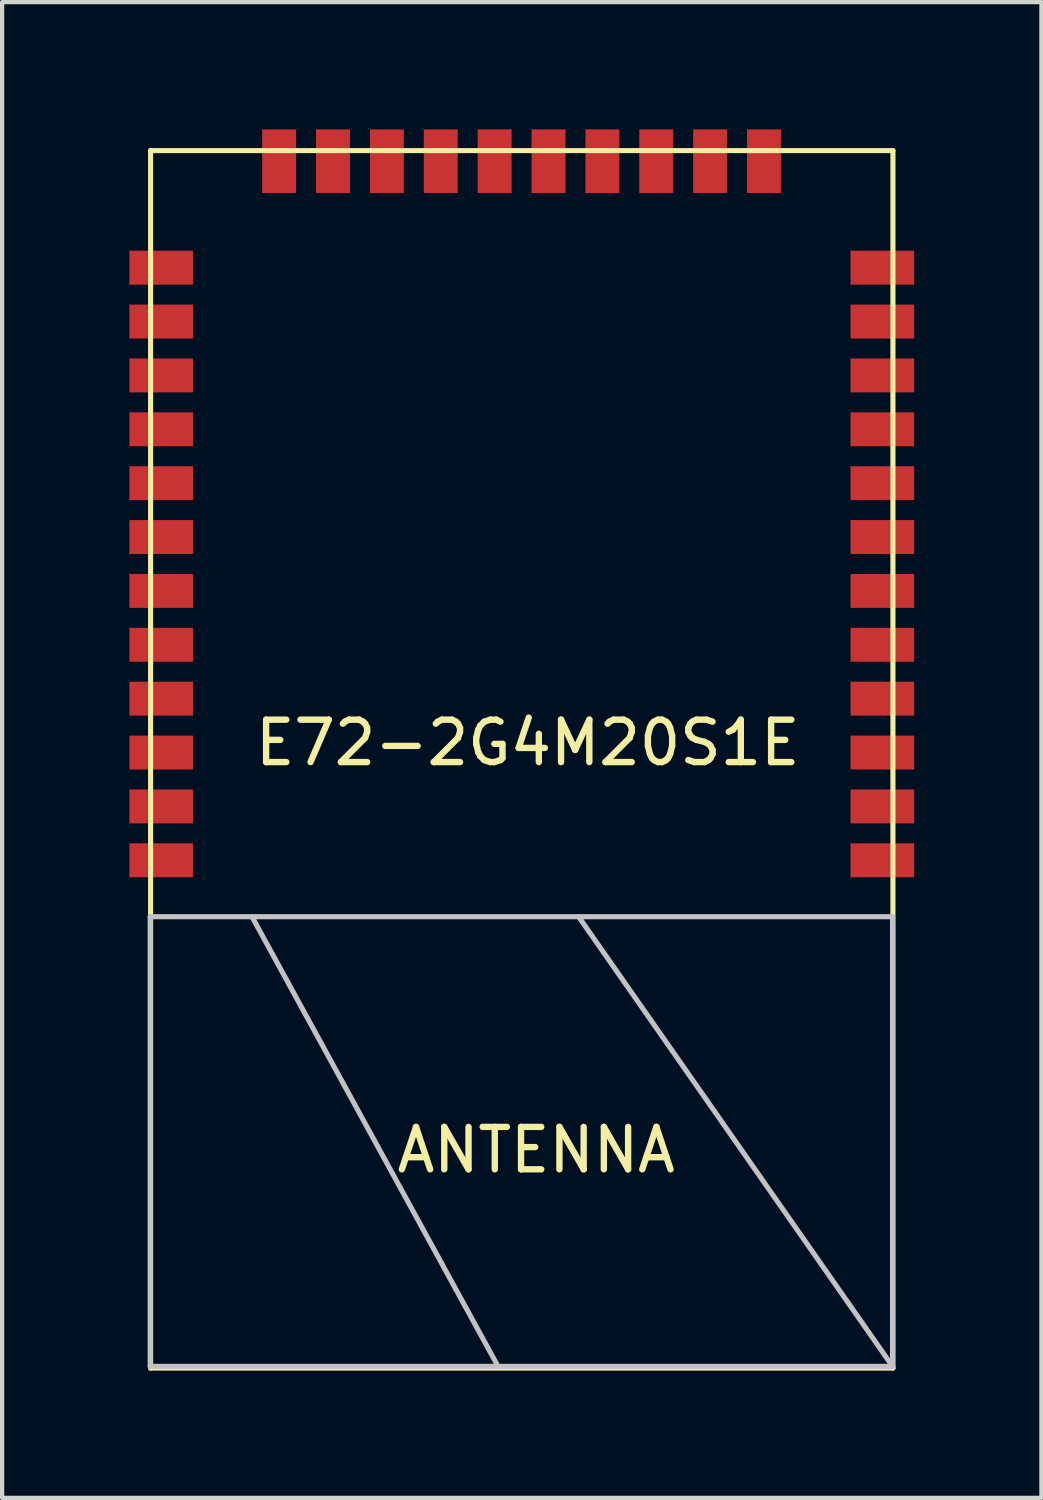
<source format=kicad_pcb>
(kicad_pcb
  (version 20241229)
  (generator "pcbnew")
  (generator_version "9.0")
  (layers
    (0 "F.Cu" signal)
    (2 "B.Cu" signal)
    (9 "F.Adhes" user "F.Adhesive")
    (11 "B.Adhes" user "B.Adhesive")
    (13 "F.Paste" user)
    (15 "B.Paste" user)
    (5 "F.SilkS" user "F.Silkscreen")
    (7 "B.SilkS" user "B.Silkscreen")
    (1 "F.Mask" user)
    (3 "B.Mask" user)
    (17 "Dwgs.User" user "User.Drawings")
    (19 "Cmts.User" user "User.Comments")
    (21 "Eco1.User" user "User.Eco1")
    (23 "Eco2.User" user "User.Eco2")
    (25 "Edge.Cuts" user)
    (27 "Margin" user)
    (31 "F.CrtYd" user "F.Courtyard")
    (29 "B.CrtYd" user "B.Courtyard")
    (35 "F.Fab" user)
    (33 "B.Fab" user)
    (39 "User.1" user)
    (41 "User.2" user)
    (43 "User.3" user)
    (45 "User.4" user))
  (footprint "E72-2G4M20S1E"
    (layer "F.Cu")
    (at 9.39 13.96)
    (property "Reference" "E72-2G4M20S1E" (at 0 0.5 0) (layer "F.SilkS") (effects (font (size 1 1) (thickness 0.15))))
    (attr through_hole)
    (fp_line (start -8.89 -13.46) (end 8.61 -13.46) (stroke (width 0.12) (type solid)) (layer "F.SilkS"))
    (fp_line (start -8.89 15.24) (end -8.89 -13.46) (stroke (width 0.12) (type solid)) (layer "F.SilkS"))
    (fp_line (start -8.89 15.24) (end 8.61 15.24) (stroke (width 0.12) (type solid)) (layer "F.SilkS"))
    (fp_line (start 8.61 15.24) (end 8.61 -13.46) (stroke (width 0.12) (type solid)) (layer "F.SilkS"))
    (fp_line (start -8.9 4.6) (end 8.6 4.6) (stroke (width 0.12) (type solid)) (layer "Dwgs.User"))
    (fp_line (start -8.9 15.2) (end -8.9 4.6) (stroke (width 0.12) (type solid)) (layer "Dwgs.User"))
    (fp_line (start -0.7 15.2) (end -6.5 4.6) (stroke (width 0.12) (type solid)) (layer "Dwgs.User"))
    (fp_line (start 8.6 4.6) (end 8.6 15.2) (stroke (width 0.12) (type solid)) (layer "Dwgs.User"))
    (fp_line (start 8.6 15.2) (end -8.9 15.2) (stroke (width 0.12) (type solid)) (layer "Dwgs.User"))
    (fp_line (start 8.6 15.2) (end 1.2 4.6) (stroke (width 0.12) (type solid)) (layer "Dwgs.User"))
    (fp_text user "ANTENNA" (at 0.2 10.1 0) (layer "F.SilkS") (effects (font (size 1 1) (thickness 0.15))))
    (pad "1" smd rect (at 8.36 3.27) (size 1.5 0.8) (layers "F.Cu" "F.Mask" "F.Paste"))
    (pad "2" smd rect (at 8.36 2) (size 1.5 0.8) (layers "F.Cu" "F.Mask" "F.Paste"))
    (pad "3" smd rect (at 8.36 0.73) (size 1.5 0.8) (layers "F.Cu" "F.Mask" "F.Paste"))
    (pad "4" smd rect (at 8.36 -0.54) (size 1.5 0.8) (layers "F.Cu" "F.Mask" "F.Paste"))
    (pad "5" smd rect (at 8.36 -1.81) (size 1.5 0.8) (layers "F.Cu" "F.Mask" "F.Paste"))
    (pad "6" smd rect (at 8.36 -3.08) (size 1.5 0.8) (layers "F.Cu" "F.Mask" "F.Paste"))
    (pad "7" smd rect (at 8.36 -4.35) (size 1.5 0.8) (layers "F.Cu" "F.Mask" "F.Paste"))
    (pad "8" smd rect (at 8.36 -5.62) (size 1.5 0.8) (layers "F.Cu" "F.Mask" "F.Paste"))
    (pad "9" smd rect (at 8.36 -6.89) (size 1.5 0.8) (layers "F.Cu" "F.Mask" "F.Paste"))
    (pad "10" smd rect (at 8.36 -8.16) (size 1.5 0.8) (layers "F.Cu" "F.Mask" "F.Paste"))
    (pad "11" smd rect (at 8.36 -9.43) (size 1.5 0.8) (layers "F.Cu" "F.Mask" "F.Paste"))
    (pad "12" smd rect (at 8.36 -10.7) (size 1.5 0.8) (layers "F.Cu" "F.Mask" "F.Paste"))
    (pad "13" smd rect (at 5.57 -13.21 90) (size 1.5 0.8) (layers "F.Cu" "F.Mask" "F.Paste"))
    (pad "14" smd rect (at 4.3 -13.21 90) (size 1.5 0.8) (layers "F.Cu" "F.Mask" "F.Paste"))
    (pad "15" smd rect (at 3.03 -13.21 90) (size 1.5 0.8) (layers "F.Cu" "F.Mask" "F.Paste"))
    (pad "16" smd rect (at 1.76 -13.21 90) (size 1.5 0.8) (layers "F.Cu" "F.Mask" "F.Paste"))
    (pad "17" smd rect (at 0.49 -13.21 90) (size 1.5 0.8) (layers "F.Cu" "F.Mask" "F.Paste"))
    (pad "18" smd rect (at -0.78 -13.21 90) (size 1.5 0.8) (layers "F.Cu" "F.Mask" "F.Paste"))
    (pad "19" smd rect (at -2.05 -13.21 90) (size 1.5 0.8) (layers "F.Cu" "F.Mask" "F.Paste"))
    (pad "20" smd rect (at -3.32 -13.21 90) (size 1.5 0.8) (layers "F.Cu" "F.Mask" "F.Paste"))
    (pad "21" smd rect (at -4.59 -13.21 90) (size 1.5 0.8) (layers "F.Cu" "F.Mask" "F.Paste"))
    (pad "22" smd rect (at -5.86 -13.21 90) (size 1.5 0.8) (layers "F.Cu" "F.Mask" "F.Paste"))
    (pad "23" smd rect (at -8.64 -10.7) (size 1.5 0.8) (layers "F.Cu" "F.Mask" "F.Paste"))
    (pad "24" smd rect (at -8.64 -9.43) (size 1.5 0.8) (layers "F.Cu" "F.Mask" "F.Paste"))
    (pad "25" smd rect (at -8.64 -8.16) (size 1.5 0.8) (layers "F.Cu" "F.Mask" "F.Paste"))
    (pad "26" smd rect (at -8.64 -6.89) (size 1.5 0.8) (layers "F.Cu" "F.Mask" "F.Paste"))
    (pad "27" smd rect (at -8.64 -5.62) (size 1.5 0.8) (layers "F.Cu" "F.Mask" "F.Paste"))
    (pad "28" smd rect (at -8.64 -4.35) (size 1.5 0.8) (layers "F.Cu" "F.Mask" "F.Paste"))
    (pad "29" smd rect (at -8.64 -3.08) (size 1.5 0.8) (layers "F.Cu" "F.Mask" "F.Paste"))
    (pad "30" smd rect (at -8.64 -1.81) (size 1.5 0.8) (layers "F.Cu" "F.Mask" "F.Paste"))
    (pad "31" smd rect (at -8.64 -0.54) (size 1.5 0.8) (layers "F.Cu" "F.Mask" "F.Paste"))
    (pad "32" smd rect (at -8.64 0.73) (size 1.5 0.8) (layers "F.Cu" "F.Mask" "F.Paste"))
    (pad "33" smd rect (at -8.64 2) (size 1.5 0.8) (layers "F.Cu" "F.Mask" "F.Paste"))
    (pad "34" smd rect (at -8.64 3.27) (size 1.5 0.8) (layers "F.Cu" "F.Mask" "F.Paste")))
  (gr_rect
    (start -3 -3)
    (end 21.5 32.26)
    (stroke (width 0.1) (type default))
    (fill no)
    (layer "Edge.Cuts")))
</source>
